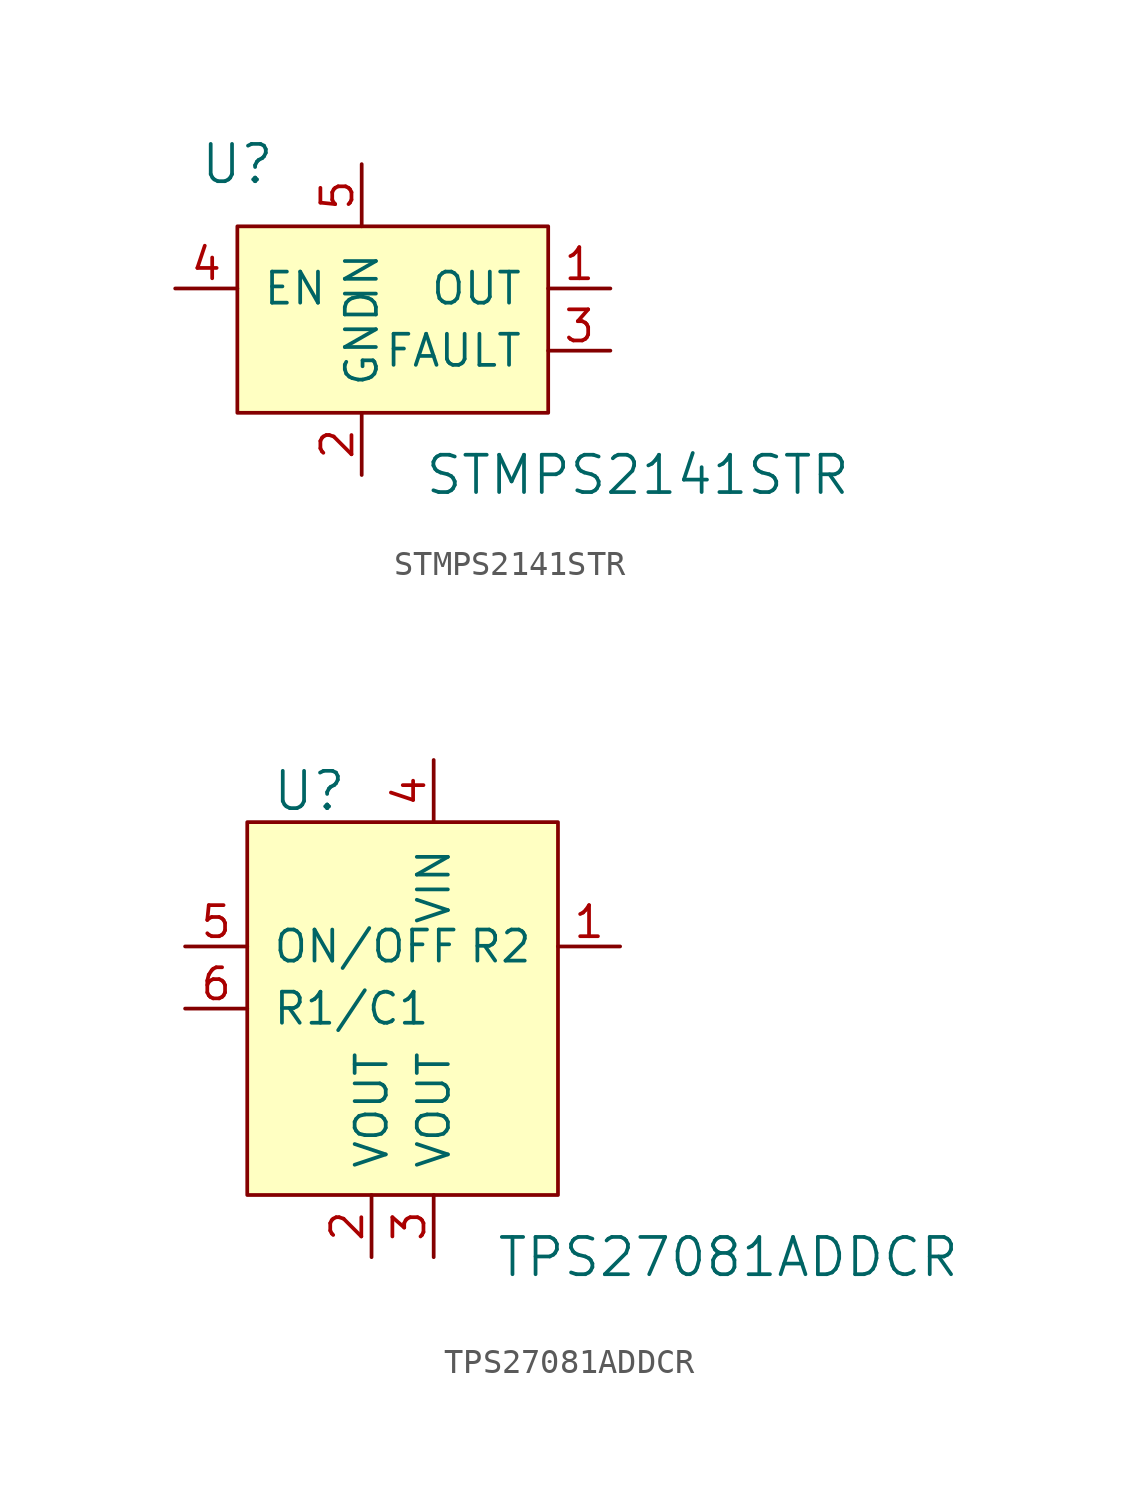
<source format=kicad_sym>
(kicad_symbol_lib
  (version 20201005)
  (generator kicad_symbol_editor)
  (symbol "STMPS2141STR"
    (pin_names
      (offset 1.016))
    (property "Reference" "U"
      (at -7.62 5.08 0)
      (effects (font (size 1.524 1.524))))
    (property "Value" "STMPS2141STR"
      (at 0 -7.62 0)
      (effects (font (size 1.524 1.524)) (justify left)))
    (symbol "STMPS2141STR_0_1"
      (rectangle (start -7.62 2.54) (end 5.08 -5.08) (stroke (width 0)) (fill (type background))))
    (symbol "STMPS2141STR_1_1"
      (pin output line (at 7.62 0 180) (length 2.54) (name "OUT" (effects (font (size 1.27 1.27)))) (number "1" (effects (font (size 1.27 1.27)))))
      (pin power_in line (at -2.54 -7.62 90) (length 2.54) (name "GND" (effects (font (size 1.27 1.27)))) (number "2" (effects (font (size 1.27 1.27)))))
      (pin output line (at 7.62 -2.54 180) (length 2.54) (name "FAULT" (effects (font (size 1.27 1.27)))) (number "3" (effects (font (size 1.27 1.27)))))
      (pin input line (at -10.16 0 0) (length 2.54) (name "EN" (effects (font (size 1.27 1.27)))) (number "4" (effects (font (size 1.27 1.27)))))
      (pin power_in line (at -2.54 5.08 270) (length 2.54) (name "IN" (effects (font (size 1.27 1.27)))) (number "5" (effects (font (size 1.27 1.27)))))))
  (symbol "TPS27081ADDCR"
    (pin_names
      (offset 1.016))
    (property "Reference" "U"
      (at -2.54 6.35 0)
      (effects (font (size 1.524 1.524))))
    (property "Value" "TPS27081ADDCR"
      (at 5.08 -12.7 0)
      (effects (font (size 1.524 1.524)) (justify left)))
    (symbol "TPS27081ADDCR_0_1"
      (rectangle (start -5.08 5.08) (end 7.62 -10.16) (stroke (width 0)) (fill (type background))))
    (symbol "TPS27081ADDCR_1_1"
      (pin output line (at 10.16 0 180) (length 2.54) (name "R2" (effects (font (size 1.27 1.27)))) (number "1" (effects (font (size 1.27 1.27)))))
      (pin power_in line (at 0 -12.7 90) (length 2.54) (name "VOUT" (effects (font (size 1.27 1.27)))) (number "2" (effects (font (size 1.27 1.27)))))
      (pin power_in line (at 2.54 -12.7 90) (length 2.54) (name "VOUT" (effects (font (size 1.27 1.27)))) (number "3" (effects (font (size 1.27 1.27)))))
      (pin power_in line (at 2.54 7.62 270) (length 2.54) (name "VIN" (effects (font (size 1.27 1.27)))) (number "4" (effects (font (size 1.27 1.27)))))
      (pin input line (at -7.62 0 0) (length 2.54) (name "ON/OFF" (effects (font (size 1.27 1.27)))) (number "5" (effects (font (size 1.27 1.27)))))
      (pin input line (at -7.62 -2.54 0) (length 2.54) (name "R1/C1" (effects (font (size 1.27 1.27)))) (number "6" (effects (font (size 1.27 1.27))))))))
</source>
